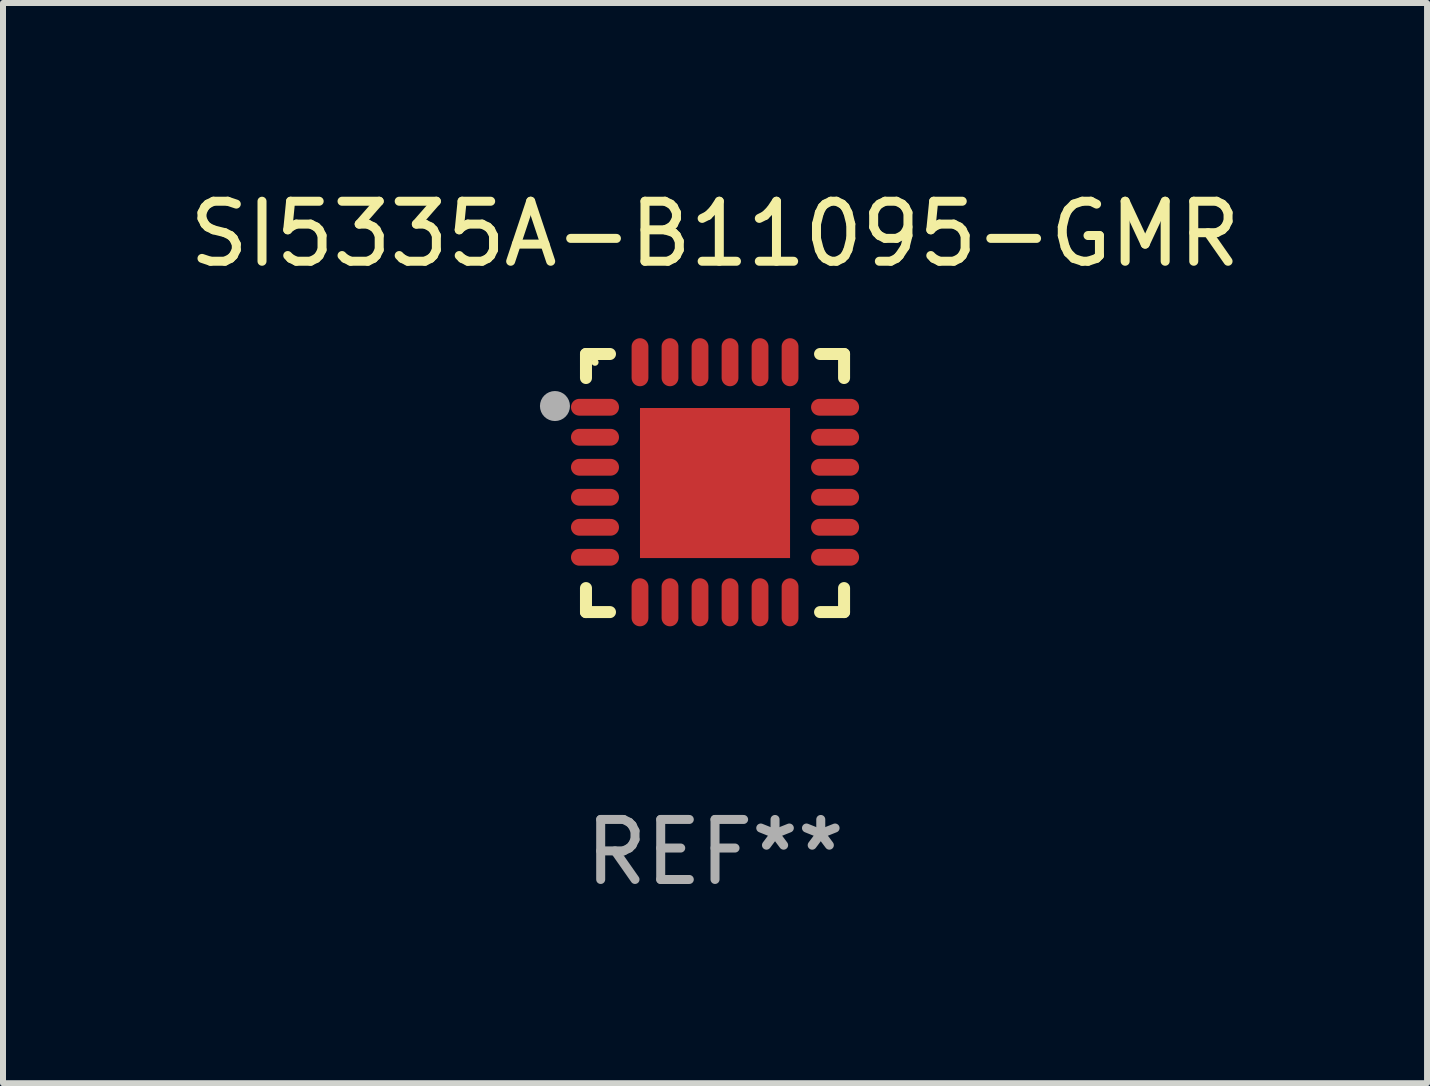
<source format=kicad_pcb>
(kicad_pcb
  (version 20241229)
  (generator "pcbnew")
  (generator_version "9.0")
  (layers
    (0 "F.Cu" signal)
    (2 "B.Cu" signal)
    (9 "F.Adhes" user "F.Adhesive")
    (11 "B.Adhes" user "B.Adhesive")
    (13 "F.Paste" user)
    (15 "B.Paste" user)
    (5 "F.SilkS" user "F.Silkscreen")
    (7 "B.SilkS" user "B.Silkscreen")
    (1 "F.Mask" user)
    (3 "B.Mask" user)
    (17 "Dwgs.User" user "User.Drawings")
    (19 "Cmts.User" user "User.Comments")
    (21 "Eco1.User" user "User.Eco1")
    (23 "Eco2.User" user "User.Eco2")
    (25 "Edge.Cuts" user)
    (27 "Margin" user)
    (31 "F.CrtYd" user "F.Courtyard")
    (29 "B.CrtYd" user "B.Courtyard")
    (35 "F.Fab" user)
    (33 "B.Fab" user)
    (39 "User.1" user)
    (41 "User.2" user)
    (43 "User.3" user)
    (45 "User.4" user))
  (footprint "SI5335A-B11095-GMR"
    (layer "F.Cu")
    (at 8.863 4.998)
    (property "Reference" "SI5335A-B11095-GMR" (at 0 -4.15 0) (layer "F.SilkS") (effects (font (size 1 1) (thickness 0.15))))
    (attr through_hole)
    (fp_line (start -2.15 -2.15) (end -1.75 -2.15) (stroke (width 0.2) (type solid)) (layer "F.SilkS"))
    (fp_line (start -2.15 -1.75) (end -2.15 -2.15) (stroke (width 0.2) (type solid)) (layer "F.SilkS"))
    (fp_line (start -2.15 2.15) (end -2.15 1.75) (stroke (width 0.2) (type solid)) (layer "F.SilkS"))
    (fp_line (start -1.75 2.15) (end -2.15 2.15) (stroke (width 0.2) (type solid)) (layer "F.SilkS"))
    (fp_line (start 1.75 -2.15) (end 2.15 -2.15) (stroke (width 0.2) (type solid)) (layer "F.SilkS"))
    (fp_line (start 1.75 2.15) (end 2.15 2.15) (stroke (width 0.2) (type solid)) (layer "F.SilkS"))
    (fp_line (start 2.15 -2.15) (end 2.15 -1.75) (stroke (width 0.2) (type solid)) (layer "F.SilkS"))
    (fp_line (start 2.15 2.15) (end 2.15 1.75) (stroke (width 0.2) (type solid)) (layer "F.SilkS"))
    (fp_circle (center -2 -2.013) (end -1.97 -2.013) (stroke (width 0.06) (type solid)) (fill no) (layer "F.SilkS"))
    (fp_circle (center -2.667 -1.283) (end -2.542 -1.283) (stroke (width 0.25) (type solid)) (fill no) (layer "F.Fab"))
    (fp_text user "REF**" (at 0 6.15 0) (layer "F.Fab") (effects (font (size 1 1) (thickness 0.15))))
    (pad "1" smd oval (at -2 -1.263) (size 0.8 0.28) (layers "F.Cu" "F.Mask" "F.Paste"))
    (pad "2" smd oval (at -2 -0.763) (size 0.8 0.28) (layers "F.Cu" "F.Mask" "F.Paste"))
    (pad "3" smd oval (at -2 -0.263) (size 0.8 0.28) (layers "F.Cu" "F.Mask" "F.Paste"))
    (pad "4" smd oval (at -2 0.237) (size 0.8 0.28) (layers "F.Cu" "F.Mask" "F.Paste"))
    (pad "5" smd oval (at -2 0.737) (size 0.8 0.28) (layers "F.Cu" "F.Mask" "F.Paste"))
    (pad "6" smd oval (at -2 1.237) (size 0.8 0.28) (layers "F.Cu" "F.Mask" "F.Paste"))
    (pad "7" smd oval (at -1.25 1.987) (size 0.28 0.8) (layers "F.Cu" "F.Mask" "F.Paste"))
    (pad "8" smd oval (at -0.75 1.987) (size 0.28 0.8) (layers "F.Cu" "F.Mask" "F.Paste"))
    (pad "9" smd oval (at -0.25 1.987) (size 0.28 0.8) (layers "F.Cu" "F.Mask" "F.Paste"))
    (pad "10" smd oval (at 0.25 1.987) (size 0.28 0.8) (layers "F.Cu" "F.Mask" "F.Paste"))
    (pad "11" smd oval (at 0.75 1.987) (size 0.28 0.8) (layers "F.Cu" "F.Mask" "F.Paste"))
    (pad "12" smd oval (at 1.25 1.987) (size 0.28 0.8) (layers "F.Cu" "F.Mask" "F.Paste"))
    (pad "13" smd oval (at 2 1.237) (size 0.8 0.28) (layers "F.Cu" "F.Mask" "F.Paste"))
    (pad "14" smd oval (at 2 0.737) (size 0.8 0.28) (layers "F.Cu" "F.Mask" "F.Paste"))
    (pad "15" smd oval (at 2 0.237) (size 0.8 0.28) (layers "F.Cu" "F.Mask" "F.Paste"))
    (pad "16" smd oval (at 2 -0.263) (size 0.8 0.28) (layers "F.Cu" "F.Mask" "F.Paste"))
    (pad "17" smd oval (at 2 -0.763) (size 0.8 0.28) (layers "F.Cu" "F.Mask" "F.Paste"))
    (pad "18" smd oval (at 2 -1.263) (size 0.8 0.28) (layers "F.Cu" "F.Mask" "F.Paste"))
    (pad "19" smd oval (at 1.25 -2.013) (size 0.28 0.8) (layers "F.Cu" "F.Mask" "F.Paste"))
    (pad "20" smd oval (at 0.75 -2.013) (size 0.28 0.8) (layers "F.Cu" "F.Mask" "F.Paste"))
    (pad "21" smd oval (at 0.25 -2.013) (size 0.28 0.8) (layers "F.Cu" "F.Mask" "F.Paste"))
    (pad "22" smd oval (at -0.25 -2.013) (size 0.28 0.8) (layers "F.Cu" "F.Mask" "F.Paste"))
    (pad "23" smd oval (at -0.75 -2.013) (size 0.28 0.8) (layers "F.Cu" "F.Mask" "F.Paste"))
    (pad "24" smd oval (at -1.25 -2.013) (size 0.28 0.8) (layers "F.Cu" "F.Mask" "F.Paste"))
    (pad "25" smd rect (at -0.000127 -0.00014) (size 2.5 2.5) (layers "F.Cu" "F.Mask" "F.Paste")))
  (gr_rect
    (start -3 -3)
    (end 20.726 14.997)
    (stroke (width 0.1) (type default))
    (fill no)
    (layer "Edge.Cuts")))
</source>
